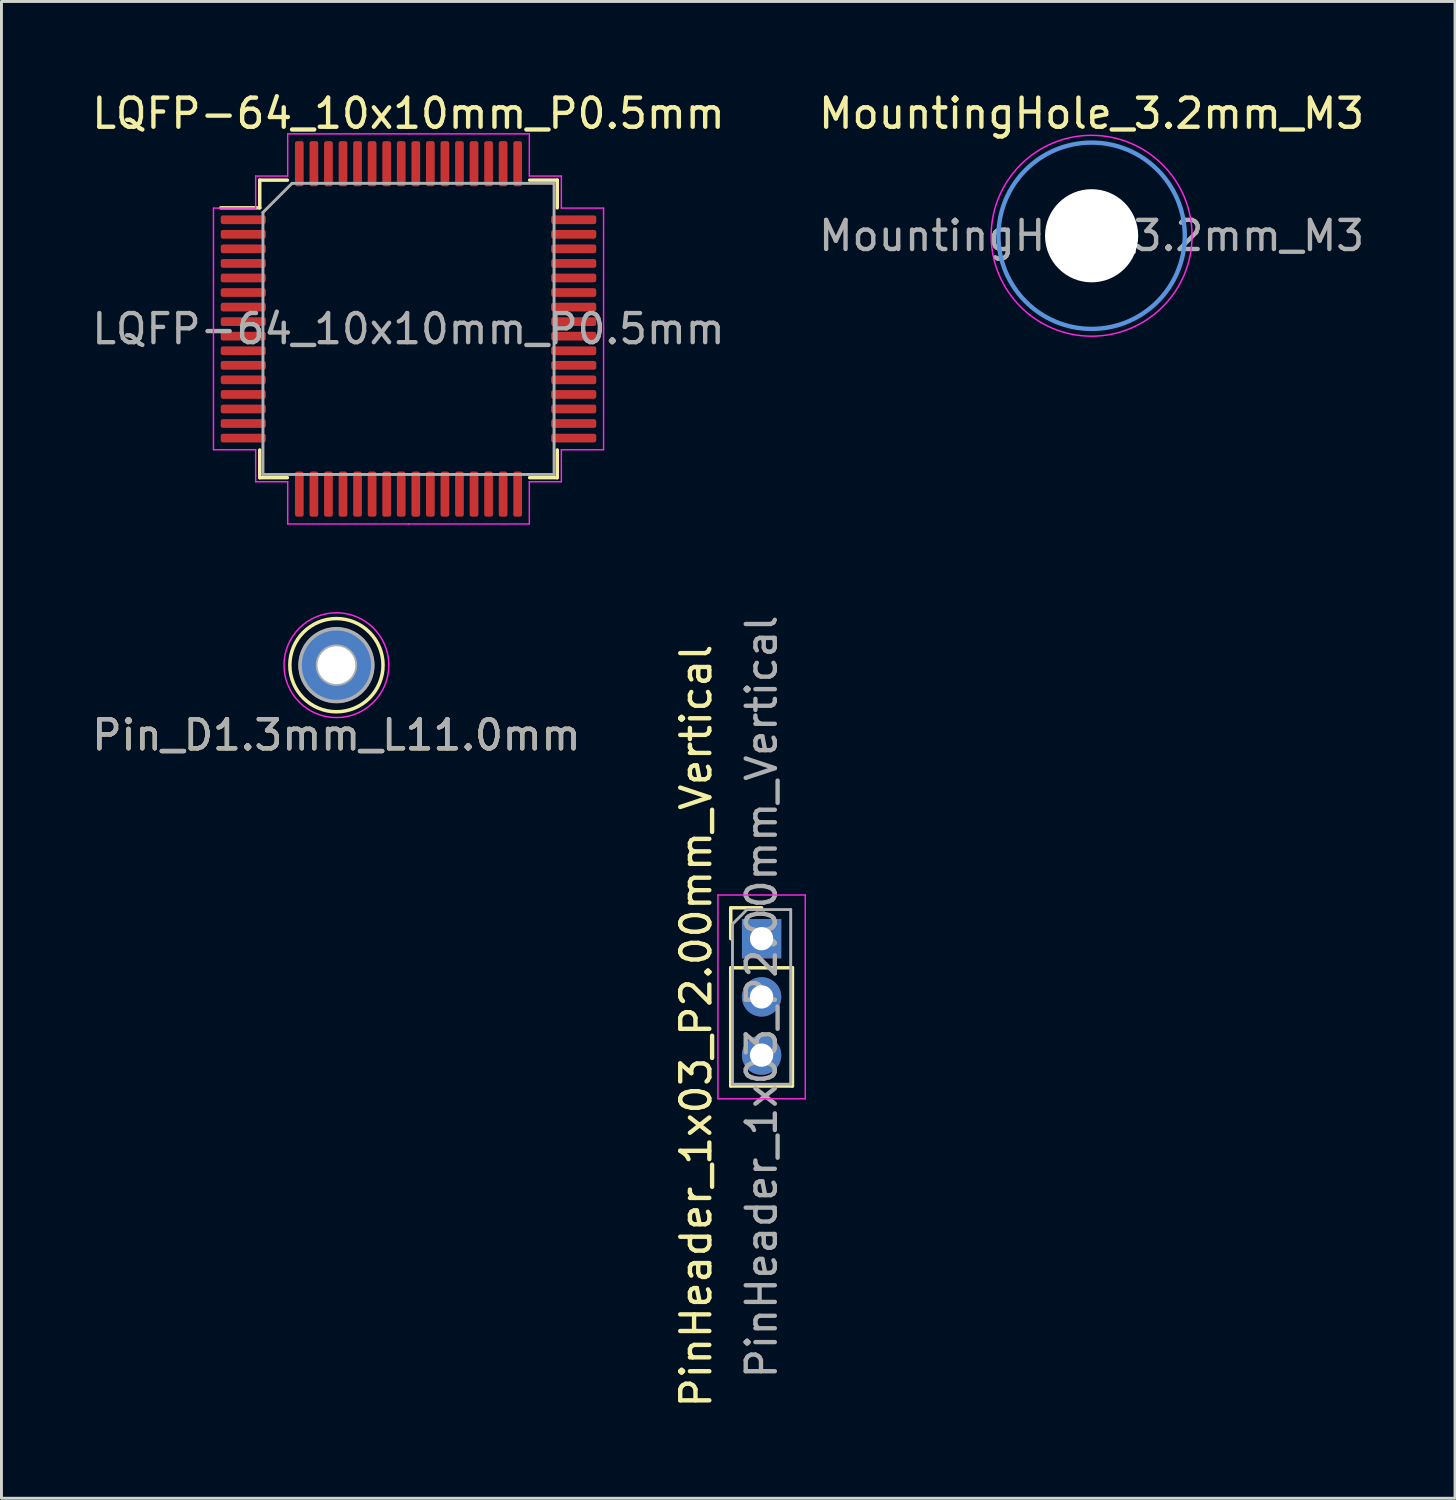
<source format=kicad_pcb>
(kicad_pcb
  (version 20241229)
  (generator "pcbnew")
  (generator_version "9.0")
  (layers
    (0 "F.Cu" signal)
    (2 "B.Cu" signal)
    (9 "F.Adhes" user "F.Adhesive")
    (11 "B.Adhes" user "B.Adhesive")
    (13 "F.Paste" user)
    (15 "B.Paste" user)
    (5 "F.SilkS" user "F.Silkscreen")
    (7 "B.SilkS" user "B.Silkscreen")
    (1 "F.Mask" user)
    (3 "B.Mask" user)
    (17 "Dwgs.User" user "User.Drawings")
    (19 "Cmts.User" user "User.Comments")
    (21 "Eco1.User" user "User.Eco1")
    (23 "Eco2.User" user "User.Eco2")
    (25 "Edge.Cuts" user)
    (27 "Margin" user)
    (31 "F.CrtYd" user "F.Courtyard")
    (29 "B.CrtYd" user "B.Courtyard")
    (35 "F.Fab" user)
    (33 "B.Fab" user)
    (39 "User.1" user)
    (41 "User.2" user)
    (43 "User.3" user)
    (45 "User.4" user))
  (footprint "LQFP-64_10x10mm_P0.5mm"
    (layer "F.Cu")
    (at 10.982 8.248)
    (property "Reference" "LQFP-64_10x10mm_P0.5mm" (at 0 -7.4 0) (layer "F.SilkS") (effects (font (size 1 1) (thickness 0.15))))
    (attr smd)
    (fp_line (start -5.11 -5.11) (end -5.11 -4.16) (stroke (width 0.12) (type solid)) (layer "F.SilkS"))
    (fp_line (start -5.11 -4.16) (end -6.45 -4.16) (stroke (width 0.12) (type solid)) (layer "F.SilkS"))
    (fp_line (start -5.11 5.11) (end -5.11 4.16) (stroke (width 0.12) (type solid)) (layer "F.SilkS"))
    (fp_line (start -4.16 -5.11) (end -5.11 -5.11) (stroke (width 0.12) (type solid)) (layer "F.SilkS"))
    (fp_line (start -4.16 5.11) (end -5.11 5.11) (stroke (width 0.12) (type solid)) (layer "F.SilkS"))
    (fp_line (start 4.16 -5.11) (end 5.11 -5.11) (stroke (width 0.12) (type solid)) (layer "F.SilkS"))
    (fp_line (start 4.16 5.11) (end 5.11 5.11) (stroke (width 0.12) (type solid)) (layer "F.SilkS"))
    (fp_line (start 5.11 -5.11) (end 5.11 -4.16) (stroke (width 0.12) (type solid)) (layer "F.SilkS"))
    (fp_line (start 5.11 5.11) (end 5.11 4.16) (stroke (width 0.12) (type solid)) (layer "F.SilkS"))
    (fp_line (start -6.7 -4.15) (end -6.7 0) (stroke (width 0.05) (type solid)) (layer "F.CrtYd"))
    (fp_line (start -6.7 4.15) (end -6.7 0) (stroke (width 0.05) (type solid)) (layer "F.CrtYd"))
    (fp_line (start -5.25 -5.25) (end -5.25 -4.15) (stroke (width 0.05) (type solid)) (layer "F.CrtYd"))
    (fp_line (start -5.25 -4.15) (end -6.7 -4.15) (stroke (width 0.05) (type solid)) (layer "F.CrtYd"))
    (fp_line (start -5.25 4.15) (end -6.7 4.15) (stroke (width 0.05) (type solid)) (layer "F.CrtYd"))
    (fp_line (start -5.25 5.25) (end -5.25 4.15) (stroke (width 0.05) (type solid)) (layer "F.CrtYd"))
    (fp_line (start -4.15 -6.7) (end -4.15 -5.25) (stroke (width 0.05) (type solid)) (layer "F.CrtYd"))
    (fp_line (start -4.15 -5.25) (end -5.25 -5.25) (stroke (width 0.05) (type solid)) (layer "F.CrtYd"))
    (fp_line (start -4.15 5.25) (end -5.25 5.25) (stroke (width 0.05) (type solid)) (layer "F.CrtYd"))
    (fp_line (start -4.15 6.7) (end -4.15 5.25) (stroke (width 0.05) (type solid)) (layer "F.CrtYd"))
    (fp_line (start 0 -6.7) (end -4.15 -6.7) (stroke (width 0.05) (type solid)) (layer "F.CrtYd"))
    (fp_line (start 0 -6.7) (end 4.15 -6.7) (stroke (width 0.05) (type solid)) (layer "F.CrtYd"))
    (fp_line (start 0 6.7) (end -4.15 6.7) (stroke (width 0.05) (type solid)) (layer "F.CrtYd"))
    (fp_line (start 0 6.7) (end 4.15 6.7) (stroke (width 0.05) (type solid)) (layer "F.CrtYd"))
    (fp_line (start 4.15 -6.7) (end 4.15 -5.25) (stroke (width 0.05) (type solid)) (layer "F.CrtYd"))
    (fp_line (start 4.15 -5.25) (end 5.25 -5.25) (stroke (width 0.05) (type solid)) (layer "F.CrtYd"))
    (fp_line (start 4.15 5.25) (end 5.25 5.25) (stroke (width 0.05) (type solid)) (layer "F.CrtYd"))
    (fp_line (start 4.15 6.7) (end 4.15 5.25) (stroke (width 0.05) (type solid)) (layer "F.CrtYd"))
    (fp_line (start 5.25 -5.25) (end 5.25 -4.15) (stroke (width 0.05) (type solid)) (layer "F.CrtYd"))
    (fp_line (start 5.25 -4.15) (end 6.7 -4.15) (stroke (width 0.05) (type solid)) (layer "F.CrtYd"))
    (fp_line (start 5.25 4.15) (end 6.7 4.15) (stroke (width 0.05) (type solid)) (layer "F.CrtYd"))
    (fp_line (start 5.25 5.25) (end 5.25 4.15) (stroke (width 0.05) (type solid)) (layer "F.CrtYd"))
    (fp_line (start 6.7 -4.15) (end 6.7 0) (stroke (width 0.05) (type solid)) (layer "F.CrtYd"))
    (fp_line (start 6.7 4.15) (end 6.7 0) (stroke (width 0.05) (type solid)) (layer "F.CrtYd"))
    (fp_line (start -5 -4) (end -4 -5) (stroke (width 0.1) (type solid)) (layer "F.Fab"))
    (fp_line (start -5 5) (end -5 -4) (stroke (width 0.1) (type solid)) (layer "F.Fab"))
    (fp_line (start -4 -5) (end 5 -5) (stroke (width 0.1) (type solid)) (layer "F.Fab"))
    (fp_line (start 5 -5) (end 5 5) (stroke (width 0.1) (type solid)) (layer "F.Fab"))
    (fp_line (start 5 5) (end -5 5) (stroke (width 0.1) (type solid)) (layer "F.Fab"))
    (fp_text user "${REFERENCE}" (at 0 0 0) (layer "F.Fab") (effects (font (size 1 1) (thickness 0.15))))
    (pad "1" smd roundrect (at -5.675 -3.75) (size 1.55 0.3) (layers "F.Cu" "F.Mask" "F.Paste") (roundrect_rratio 0.25))
    (pad "2" smd roundrect (at -5.675 -3.25) (size 1.55 0.3) (layers "F.Cu" "F.Mask" "F.Paste") (roundrect_rratio 0.25))
    (pad "3" smd roundrect (at -5.675 -2.75) (size 1.55 0.3) (layers "F.Cu" "F.Mask" "F.Paste") (roundrect_rratio 0.25))
    (pad "4" smd roundrect (at -5.675 -2.25) (size 1.55 0.3) (layers "F.Cu" "F.Mask" "F.Paste") (roundrect_rratio 0.25))
    (pad "5" smd roundrect (at -5.675 -1.75) (size 1.55 0.3) (layers "F.Cu" "F.Mask" "F.Paste") (roundrect_rratio 0.25))
    (pad "6" smd roundrect (at -5.675 -1.25) (size 1.55 0.3) (layers "F.Cu" "F.Mask" "F.Paste") (roundrect_rratio 0.25))
    (pad "7" smd roundrect (at -5.675 -0.75) (size 1.55 0.3) (layers "F.Cu" "F.Mask" "F.Paste") (roundrect_rratio 0.25))
    (pad "8" smd roundrect (at -5.675 -0.25) (size 1.55 0.3) (layers "F.Cu" "F.Mask" "F.Paste") (roundrect_rratio 0.25))
    (pad "9" smd roundrect (at -5.675 0.25) (size 1.55 0.3) (layers "F.Cu" "F.Mask" "F.Paste") (roundrect_rratio 0.25))
    (pad "10" smd roundrect (at -5.675 0.75) (size 1.55 0.3) (layers "F.Cu" "F.Mask" "F.Paste") (roundrect_rratio 0.25))
    (pad "11" smd roundrect (at -5.675 1.25) (size 1.55 0.3) (layers "F.Cu" "F.Mask" "F.Paste") (roundrect_rratio 0.25))
    (pad "12" smd roundrect (at -5.675 1.75) (size 1.55 0.3) (layers "F.Cu" "F.Mask" "F.Paste") (roundrect_rratio 0.25))
    (pad "13" smd roundrect (at -5.675 2.25) (size 1.55 0.3) (layers "F.Cu" "F.Mask" "F.Paste") (roundrect_rratio 0.25))
    (pad "14" smd roundrect (at -5.675 2.75) (size 1.55 0.3) (layers "F.Cu" "F.Mask" "F.Paste") (roundrect_rratio 0.25))
    (pad "15" smd roundrect (at -5.675 3.25) (size 1.55 0.3) (layers "F.Cu" "F.Mask" "F.Paste") (roundrect_rratio 0.25))
    (pad "16" smd roundrect (at -5.675 3.75) (size 1.55 0.3) (layers "F.Cu" "F.Mask" "F.Paste") (roundrect_rratio 0.25))
    (pad "17" smd roundrect (at -3.75 5.675) (size 0.3 1.55) (layers "F.Cu" "F.Mask" "F.Paste") (roundrect_rratio 0.25))
    (pad "18" smd roundrect (at -3.25 5.675) (size 0.3 1.55) (layers "F.Cu" "F.Mask" "F.Paste") (roundrect_rratio 0.25))
    (pad "19" smd roundrect (at -2.75 5.675) (size 0.3 1.55) (layers "F.Cu" "F.Mask" "F.Paste") (roundrect_rratio 0.25))
    (pad "20" smd roundrect (at -2.25 5.675) (size 0.3 1.55) (layers "F.Cu" "F.Mask" "F.Paste") (roundrect_rratio 0.25))
    (pad "21" smd roundrect (at -1.75 5.675) (size 0.3 1.55) (layers "F.Cu" "F.Mask" "F.Paste") (roundrect_rratio 0.25))
    (pad "22" smd roundrect (at -1.25 5.675) (size 0.3 1.55) (layers "F.Cu" "F.Mask" "F.Paste") (roundrect_rratio 0.25))
    (pad "23" smd roundrect (at -0.75 5.675) (size 0.3 1.55) (layers "F.Cu" "F.Mask" "F.Paste") (roundrect_rratio 0.25))
    (pad "24" smd roundrect (at -0.25 5.675) (size 0.3 1.55) (layers "F.Cu" "F.Mask" "F.Paste") (roundrect_rratio 0.25))
    (pad "25" smd roundrect (at 0.25 5.675) (size 0.3 1.55) (layers "F.Cu" "F.Mask" "F.Paste") (roundrect_rratio 0.25))
    (pad "26" smd roundrect (at 0.75 5.675) (size 0.3 1.55) (layers "F.Cu" "F.Mask" "F.Paste") (roundrect_rratio 0.25))
    (pad "27" smd roundrect (at 1.25 5.675) (size 0.3 1.55) (layers "F.Cu" "F.Mask" "F.Paste") (roundrect_rratio 0.25))
    (pad "28" smd roundrect (at 1.75 5.675) (size 0.3 1.55) (layers "F.Cu" "F.Mask" "F.Paste") (roundrect_rratio 0.25))
    (pad "29" smd roundrect (at 2.25 5.675) (size 0.3 1.55) (layers "F.Cu" "F.Mask" "F.Paste") (roundrect_rratio 0.25))
    (pad "30" smd roundrect (at 2.75 5.675) (size 0.3 1.55) (layers "F.Cu" "F.Mask" "F.Paste") (roundrect_rratio 0.25))
    (pad "31" smd roundrect (at 3.25 5.675) (size 0.3 1.55) (layers "F.Cu" "F.Mask" "F.Paste") (roundrect_rratio 0.25))
    (pad "32" smd roundrect (at 3.75 5.675) (size 0.3 1.55) (layers "F.Cu" "F.Mask" "F.Paste") (roundrect_rratio 0.25))
    (pad "33" smd roundrect (at 5.675 3.75) (size 1.55 0.3) (layers "F.Cu" "F.Mask" "F.Paste") (roundrect_rratio 0.25))
    (pad "34" smd roundrect (at 5.675 3.25) (size 1.55 0.3) (layers "F.Cu" "F.Mask" "F.Paste") (roundrect_rratio 0.25))
    (pad "35" smd roundrect (at 5.675 2.75) (size 1.55 0.3) (layers "F.Cu" "F.Mask" "F.Paste") (roundrect_rratio 0.25))
    (pad "36" smd roundrect (at 5.675 2.25) (size 1.55 0.3) (layers "F.Cu" "F.Mask" "F.Paste") (roundrect_rratio 0.25))
    (pad "37" smd roundrect (at 5.675 1.75) (size 1.55 0.3) (layers "F.Cu" "F.Mask" "F.Paste") (roundrect_rratio 0.25))
    (pad "38" smd roundrect (at 5.675 1.25) (size 1.55 0.3) (layers "F.Cu" "F.Mask" "F.Paste") (roundrect_rratio 0.25))
    (pad "39" smd roundrect (at 5.675 0.75) (size 1.55 0.3) (layers "F.Cu" "F.Mask" "F.Paste") (roundrect_rratio 0.25))
    (pad "40" smd roundrect (at 5.675 0.25) (size 1.55 0.3) (layers "F.Cu" "F.Mask" "F.Paste") (roundrect_rratio 0.25))
    (pad "41" smd roundrect (at 5.675 -0.25) (size 1.55 0.3) (layers "F.Cu" "F.Mask" "F.Paste") (roundrect_rratio 0.25))
    (pad "42" smd roundrect (at 5.675 -0.75) (size 1.55 0.3) (layers "F.Cu" "F.Mask" "F.Paste") (roundrect_rratio 0.25))
    (pad "43" smd roundrect (at 5.675 -1.25) (size 1.55 0.3) (layers "F.Cu" "F.Mask" "F.Paste") (roundrect_rratio 0.25))
    (pad "44" smd roundrect (at 5.675 -1.75) (size 1.55 0.3) (layers "F.Cu" "F.Mask" "F.Paste") (roundrect_rratio 0.25))
    (pad "45" smd roundrect (at 5.675 -2.25) (size 1.55 0.3) (layers "F.Cu" "F.Mask" "F.Paste") (roundrect_rratio 0.25))
    (pad "46" smd roundrect (at 5.675 -2.75) (size 1.55 0.3) (layers "F.Cu" "F.Mask" "F.Paste") (roundrect_rratio 0.25))
    (pad "47" smd roundrect (at 5.675 -3.25) (size 1.55 0.3) (layers "F.Cu" "F.Mask" "F.Paste") (roundrect_rratio 0.25))
    (pad "48" smd roundrect (at 5.675 -3.75) (size 1.55 0.3) (layers "F.Cu" "F.Mask" "F.Paste") (roundrect_rratio 0.25))
    (pad "49" smd roundrect (at 3.75 -5.675) (size 0.3 1.55) (layers "F.Cu" "F.Mask" "F.Paste") (roundrect_rratio 0.25))
    (pad "50" smd roundrect (at 3.25 -5.675) (size 0.3 1.55) (layers "F.Cu" "F.Mask" "F.Paste") (roundrect_rratio 0.25))
    (pad "51" smd roundrect (at 2.75 -5.675) (size 0.3 1.55) (layers "F.Cu" "F.Mask" "F.Paste") (roundrect_rratio 0.25))
    (pad "52" smd roundrect (at 2.25 -5.675) (size 0.3 1.55) (layers "F.Cu" "F.Mask" "F.Paste") (roundrect_rratio 0.25))
    (pad "53" smd roundrect (at 1.75 -5.675) (size 0.3 1.55) (layers "F.Cu" "F.Mask" "F.Paste") (roundrect_rratio 0.25))
    (pad "54" smd roundrect (at 1.25 -5.675) (size 0.3 1.55) (layers "F.Cu" "F.Mask" "F.Paste") (roundrect_rratio 0.25))
    (pad "55" smd roundrect (at 0.75 -5.675) (size 0.3 1.55) (layers "F.Cu" "F.Mask" "F.Paste") (roundrect_rratio 0.25))
    (pad "56" smd roundrect (at 0.25 -5.675) (size 0.3 1.55) (layers "F.Cu" "F.Mask" "F.Paste") (roundrect_rratio 0.25))
    (pad "57" smd roundrect (at -0.25 -5.675) (size 0.3 1.55) (layers "F.Cu" "F.Mask" "F.Paste") (roundrect_rratio 0.25))
    (pad "58" smd roundrect (at -0.75 -5.675) (size 0.3 1.55) (layers "F.Cu" "F.Mask" "F.Paste") (roundrect_rratio 0.25))
    (pad "59" smd roundrect (at -1.25 -5.675) (size 0.3 1.55) (layers "F.Cu" "F.Mask" "F.Paste") (roundrect_rratio 0.25))
    (pad "60" smd roundrect (at -1.75 -5.675) (size 0.3 1.55) (layers "F.Cu" "F.Mask" "F.Paste") (roundrect_rratio 0.25))
    (pad "61" smd roundrect (at -2.25 -5.675) (size 0.3 1.55) (layers "F.Cu" "F.Mask" "F.Paste") (roundrect_rratio 0.25))
    (pad "62" smd roundrect (at -2.75 -5.675) (size 0.3 1.55) (layers "F.Cu" "F.Mask" "F.Paste") (roundrect_rratio 0.25))
    (pad "63" smd roundrect (at -3.25 -5.675) (size 0.3 1.55) (layers "F.Cu" "F.Mask" "F.Paste") (roundrect_rratio 0.25))
    (pad "64" smd roundrect (at -3.75 -5.675) (size 0.3 1.55) (layers "F.Cu" "F.Mask" "F.Paste") (roundrect_rratio 0.25)))
  (footprint "Pin_D1.3mm_L11.0mm"
    (layer "F.Cu")
    (at 8.506 19.798)
    (property "Reference" "Pin_D1.3mm_L11.0mm" (at 0 2.4 0) (layer "F.SilkS") (effects (font (size 1 1) (thickness 0.15))))
    (attr through_hole exclude_from_bom)
    (fp_circle (center 0 0) (end 1.6 0.05) (stroke (width 0.12) (type solid)) (fill no) (layer "F.SilkS"))
    (fp_circle (center 0 0) (end 1.8 0) (stroke (width 0.05) (type solid)) (fill no) (layer "F.CrtYd"))
    (fp_circle (center 0 0) (end 0.65 -0.05) (stroke (width 0.12) (type solid)) (fill no) (layer "F.Fab"))
    (fp_circle (center 0 0) (end 1.25 -0.05) (stroke (width 0.12) (type solid)) (fill no) (layer "F.Fab"))
    (fp_text user "${REFERENCE}" (at 0 2.4 0) (layer "F.Fab") (effects (font (size 1 1) (thickness 0.15))))
    (pad "1" thru_hole circle (at 0 0) (size 2.6 2.6) (drill 1.3) (layers "*.Cu" "*.Mask")))
  (footprint "PinHeader_1x03_P2.00mm_Vertical"
    (layer "F.Cu")
    (at 23.11 29.193)
    (property "Reference" "PinHeader_1x03_P2.00mm_Vertical" (at -2.25 3 90) (layer "F.SilkS") (effects (font (size 1 1) (thickness 0.15))))
    (attr through_hole exclude_from_bom)
    (fp_line (start -1.06 -1.06) (end 0 -1.06) (stroke (width 0.12) (type solid)) (layer "F.SilkS"))
    (fp_line (start -1.06 0) (end -1.06 -1.06) (stroke (width 0.12) (type solid)) (layer "F.SilkS"))
    (fp_line (start -1.06 1) (end -1.06 5.06) (stroke (width 0.12) (type solid)) (layer "F.SilkS"))
    (fp_line (start -1.06 1) (end 1.06 1) (stroke (width 0.12) (type solid)) (layer "F.SilkS"))
    (fp_line (start -1.06 5.06) (end 1.06 5.06) (stroke (width 0.12) (type solid)) (layer "F.SilkS"))
    (fp_line (start 1.06 1) (end 1.06 5.06) (stroke (width 0.12) (type solid)) (layer "F.SilkS"))
    (fp_line (start -1.5 -1.5) (end -1.5 5.5) (stroke (width 0.05) (type solid)) (layer "F.CrtYd"))
    (fp_line (start -1.5 5.5) (end 1.5 5.5) (stroke (width 0.05) (type solid)) (layer "F.CrtYd"))
    (fp_line (start 1.5 -1.5) (end -1.5 -1.5) (stroke (width 0.05) (type solid)) (layer "F.CrtYd"))
    (fp_line (start 1.5 5.5) (end 1.5 -1.5) (stroke (width 0.05) (type solid)) (layer "F.CrtYd"))
    (fp_line (start -1 -0.5) (end -0.5 -1) (stroke (width 0.1) (type solid)) (layer "F.Fab"))
    (fp_line (start -1 5) (end -1 -0.5) (stroke (width 0.1) (type solid)) (layer "F.Fab"))
    (fp_line (start -0.5 -1) (end 1 -1) (stroke (width 0.1) (type solid)) (layer "F.Fab"))
    (fp_line (start 1 -1) (end 1 5) (stroke (width 0.1) (type solid)) (layer "F.Fab"))
    (fp_line (start 1 5) (end -1 5) (stroke (width 0.1) (type solid)) (layer "F.Fab"))
    (fp_text user "${REFERENCE}" (at 0 2 270) (layer "F.Fab") (effects (font (size 1 1) (thickness 0.15))))
    (pad "1" thru_hole rect (at 0 0) (size 1.35 1.35) (drill 0.8) (layers "*.Cu" "*.Mask"))
    (pad "2" thru_hole oval (at 0 2) (size 1.35 1.35) (drill 0.8) (layers "*.Cu" "*.Mask"))
    (pad "3" thru_hole oval (at 0 4) (size 1.35 1.35) (drill 0.8) (layers "*.Cu" "*.Mask")))
  (footprint "MountingHole_3.2mm_M3"
    (layer "F.Cu")
    (at 34.446 5.048)
    (property "Reference" "MountingHole_3.2mm_M3" (at 0 -4.2 0) (layer "F.SilkS") (effects (font (size 1 1) (thickness 0.15))))
    (attr exclude_from_pos_files exclude_from_bom)
    (fp_circle (center 0 0) (end 3.2 0) (stroke (width 0.15) (type solid)) (fill no) (layer "Cmts.User"))
    (fp_circle (center 0 0) (end 3.45 0) (stroke (width 0.05) (type solid)) (fill no) (layer "F.CrtYd"))
    (fp_text user "${REFERENCE}" (at 0 0 0) (layer "F.Fab") (effects (font (size 1 1) (thickness 0.15))))
    (pad "" np_thru_hole circle (at 0 0) (size 3.2 3.2) (drill 3.2) (layers "*.Cu" "*.Mask")))
  (gr_rect
    (start -3 -3)
    (end 46.929 48.414)
    (stroke (width 0.1) (type default))
    (fill no)
    (layer "Edge.Cuts")))
</source>
